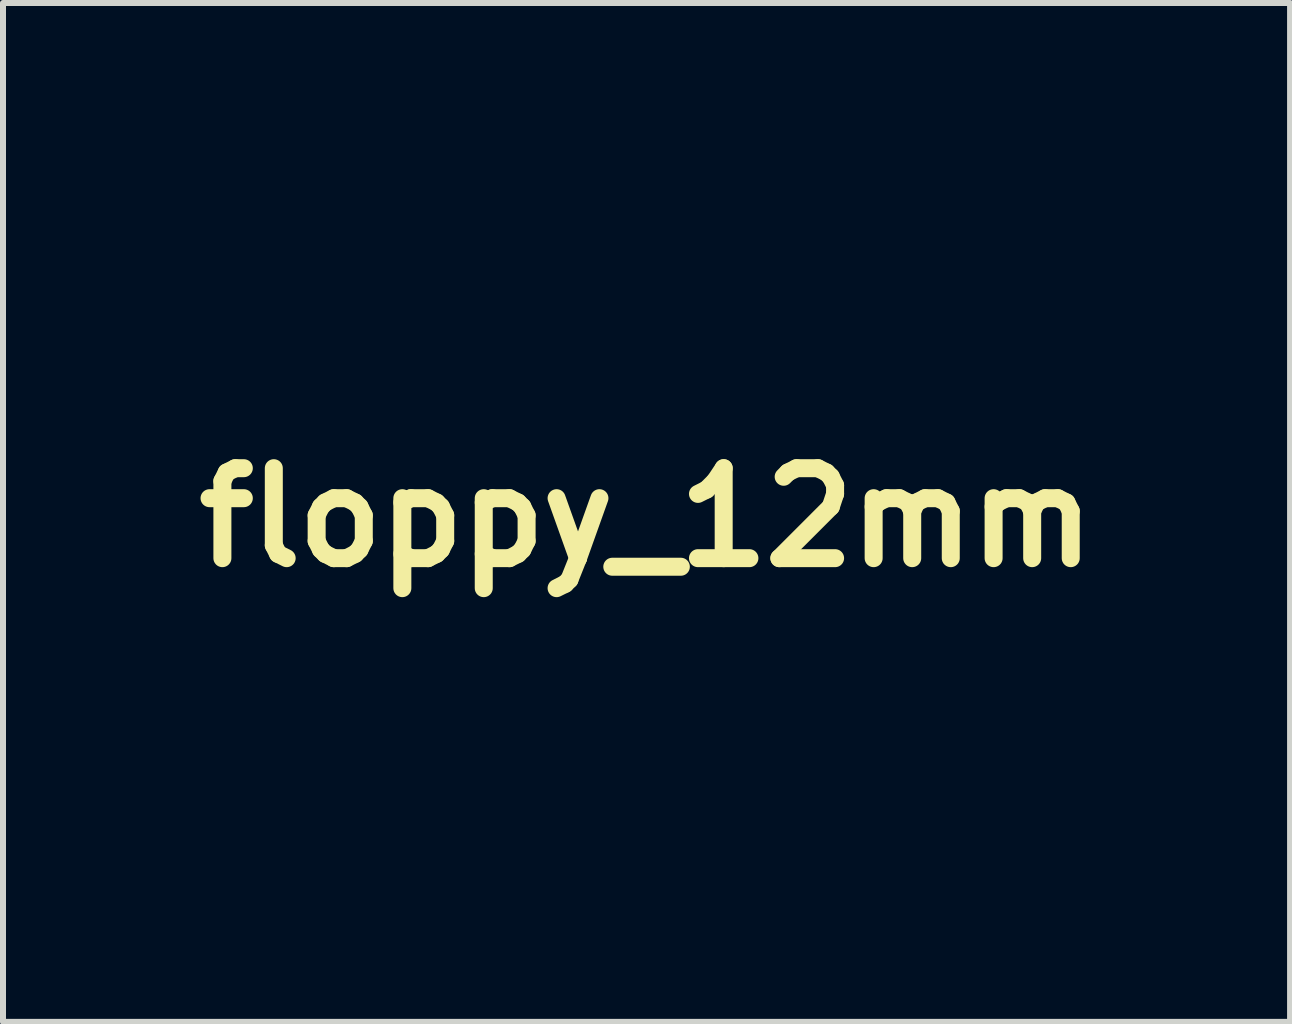
<source format=kicad_pcb>
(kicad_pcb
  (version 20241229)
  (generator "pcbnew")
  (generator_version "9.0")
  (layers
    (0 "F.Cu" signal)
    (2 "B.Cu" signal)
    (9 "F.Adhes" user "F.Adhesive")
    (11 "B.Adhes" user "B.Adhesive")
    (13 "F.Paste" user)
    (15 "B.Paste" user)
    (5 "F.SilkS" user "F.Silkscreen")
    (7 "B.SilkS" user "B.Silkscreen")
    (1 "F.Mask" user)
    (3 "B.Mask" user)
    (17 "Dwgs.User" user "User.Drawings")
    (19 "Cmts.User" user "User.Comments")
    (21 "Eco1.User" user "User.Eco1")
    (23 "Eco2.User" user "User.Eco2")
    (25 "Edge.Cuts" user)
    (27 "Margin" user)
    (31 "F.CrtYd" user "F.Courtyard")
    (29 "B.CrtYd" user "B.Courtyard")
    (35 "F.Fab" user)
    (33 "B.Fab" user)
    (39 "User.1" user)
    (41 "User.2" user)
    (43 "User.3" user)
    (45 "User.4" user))
  (footprint "floppy_12mm"
    (layer "F.Cu")
    (at 7.729 5.577)
    (property "Reference" "floppy_12mm" (at 0 0 0) (layer "F.SilkS") (effects (font (size 1.5 1.5) (thickness 0.3))))
    (attr board_only exclude_from_pos_files exclude_from_bom)
    (fp_poly (pts (xy -5.046 -5.466) (xy -5.053 -5.459) (xy -5.06 -5.466) (xy -5.053 -5.473)) (stroke (width 0) (type solid)) (fill yes) (layer "F.Mask"))
    (fp_poly (pts (xy -4.932 2.701) (xy -4.939 2.708) (xy -4.946 2.701) (xy -4.939 2.694)) (stroke (width 0) (type solid)) (fill yes) (layer "F.Mask"))
    (fp_poly (pts (xy -5.578 -0.973) (xy -5.576 -0.944) (xy -5.578 -0.937) (xy -5.583 -0.935) (xy -5.585 -0.955) (xy -5.583 -0.975)) (stroke (width 0) (type solid)) (fill yes) (layer "F.Mask"))
    (fp_poly (pts (xy -5.521 -1.271) (xy -5.519 -1.249) (xy -5.522 -1.244) (xy -5.528 -1.248) (xy -5.529 -1.263) (xy -5.526 -1.278)) (stroke (width 0) (type solid)) (fill yes) (layer "F.Mask"))
    (fp_poly (pts (xy -5.507 -1.343) (xy -5.505 -1.314) (xy -5.507 -1.308) (xy -5.512 -1.306) (xy -5.514 -1.326) (xy -5.512 -1.346)) (stroke (width 0) (type solid)) (fill yes) (layer "F.Mask"))
    (fp_poly (pts (xy -5.022 2.528) (xy -5.02 2.545) (xy -5.022 2.547) (xy -5.031 2.545) (xy -5.032 2.537) (xy -5.026 2.525)) (stroke (width 0) (type solid)) (fill yes) (layer "F.Mask"))
    (fp_poly (pts (xy 5.996 -1.763) (xy 5.998 -1.746) (xy 5.996 -1.744) (xy 5.988 -1.746) (xy 5.987 -1.753) (xy 5.992 -1.765)) (stroke (width 0) (type solid)) (fill yes) (layer "F.Mask"))
    (fp_poly (pts (xy -5.114 2.349) (xy -5.103 2.366) (xy -5.094 2.388) (xy -5.095 2.395) (xy -5.106 2.384) (xy -5.117 2.366) (xy -5.126 2.344) (xy -5.125 2.338)) (stroke (width 0) (type solid)) (fill yes) (layer "F.Mask"))
    (fp_poly (pts (xy -5.531 -1.214) (xy -5.531 -1.189) (xy -5.536 -1.151) (xy -5.545 -1.126) (xy -5.554 -1.12) (xy -5.554 -1.139) (xy -5.55 -1.162) (xy -5.542 -1.205) (xy -5.535 -1.223)) (stroke (width 0) (type solid)) (fill yes) (layer "F.Mask"))
    (fp_poly (pts (xy -5.077 2.423) (xy -5.065 2.442) (xy -5.052 2.472) (xy -5.049 2.488) (xy -5.049 2.489) (xy -5.059 2.482) (xy -5.072 2.458) (xy -5.085 2.425) (xy -5.087 2.412)) (stroke (width 0) (type solid)) (fill yes) (layer "F.Mask"))
    (fp_poly (pts (xy -5.551 -1.085) (xy -5.553 -1.056) (xy -5.554 -1.052) (xy -5.563 -1.012) (xy -5.569 -1.001) (xy -5.573 -1.017) (xy -5.573 -1.037) (xy -5.569 -1.071) (xy -5.559 -1.09) (xy -5.559 -1.09)) (stroke (width 0) (type solid)) (fill yes) (layer "F.Mask"))
    (fp_poly (pts (xy -5.587 -0.895) (xy -5.591 -0.85) (xy -5.593 -0.834) (xy -5.617 -0.56) (xy -5.631 -0.284) (xy -5.634 -0.012) (xy -5.627 0.25) (xy -5.61 0.496) (xy -5.586 0.691) (xy -5.554 0.896) (xy -5.519 1.086) (xy -5.483 1.258) (xy -5.446 1.407) (xy -5.425 1.482) (xy -5.411 1.529) (xy -5.393 1.59) (xy -5.374 1.652) (xy -5.374 1.653) (xy -5.355 1.711) (xy -5.329 1.786) (xy -5.299 1.873) (xy -5.265 1.964) (xy -5.232 2.053) (xy -5.201 2.134) (xy -5.174 2.199) (xy -5.158 2.236) (xy -5.143 2.275) (xy -5.136 2.306) (xy -5.136 2.314) (xy -5.145 2.316) (xy -5.153 2.302) (xy -5.162 2.279) (xy -5.18 2.235) (xy -5.205 2.177) (xy -5.234 2.108) (xy -5.245 2.081) (xy -5.344 1.831) (xy -5.428 1.576) (xy -5.5 1.311) (xy -5.561 1.031) (xy -5.613 0.73) (xy -5.626 0.641) (xy -5.635 0.556) (xy -5.642 0.447) (xy -5.648 0.32) (xy -5.651 0.18) (xy -5.653 0.032) (xy -5.653 -0.118) (xy -5.651 -0.265) (xy -5.647 -0.405) (xy -5.641 -0.531) (xy -5.633 -0.639) (xy -5.625 -0.713) (xy -5.614 -0.786) (xy -5.605 -0.846) (xy -5.597 -0.888) (xy -5.591 -0.912) (xy -5.587 -0.915)) (stroke (width 0) (type solid)) (fill yes) (layer "F.Mask"))
    (fp_poly (pts (xy 0.003 -5.576) (xy 0.123 -5.575) (xy 0.241 -5.573) (xy 0.354 -5.569) (xy 0.457 -5.565) (xy 0.546 -5.56) (xy 0.619 -5.553) (xy 0.671 -5.546) (xy 0.698 -5.538) (xy 0.716 -5.533) (xy 0.756 -5.526) (xy 0.812 -5.518) (xy 0.878 -5.509) (xy 0.948 -5.5) (xy 1.015 -5.491) (xy 1.074 -5.485) (xy 1.118 -5.481) (xy 1.122 -5.48) (xy 1.16 -5.475) (xy 1.186 -5.464) (xy 1.213 -5.453) (xy 1.247 -5.447) (xy 1.292 -5.44) (xy 1.326 -5.431) (xy 1.359 -5.421) (xy 1.408 -5.41) (xy 1.446 -5.403) (xy 1.492 -5.393) (xy 1.526 -5.383) (xy 1.539 -5.377) (xy 1.557 -5.367) (xy 1.597 -5.353) (xy 1.65 -5.338) (xy 1.71 -5.324) (xy 1.753 -5.316) (xy 1.825 -5.302) (xy 1.872 -5.29) (xy 1.897 -5.278) (xy 1.904 -5.272) (xy 1.922 -5.264) (xy 1.956 -5.26) (xy 1.962 -5.26) (xy 2 -5.255) (xy 2.018 -5.238) (xy 2.019 -5.233) (xy 2.031 -5.215) (xy 2.06 -5.204) (xy 2.103 -5.197) (xy 2.162 -5.185) (xy 2.227 -5.165) (xy 2.258 -5.153) (xy 2.303 -5.133) (xy 2.339 -5.12) (xy 2.355 -5.116) (xy 2.377 -5.108) (xy 2.412 -5.089) (xy 2.437 -5.074) (xy 2.477 -5.05) (xy 2.534 -5.019) (xy 2.599 -4.984) (xy 2.644 -4.961) (xy 2.723 -4.92) (xy 2.786 -4.887) (xy 2.841 -4.855) (xy 2.898 -4.82) (xy 2.958 -4.783) (xy 3.012 -4.748) (xy 3.073 -4.71) (xy 3.107 -4.689) (xy 3.159 -4.655) (xy 3.21 -4.619) (xy 3.237 -4.598) (xy 3.288 -4.554) (xy 3.326 -4.525) (xy 3.356 -4.504) (xy 3.386 -4.487) (xy 3.404 -4.477) (xy 3.441 -4.453) (xy 3.464 -4.427) (xy 3.468 -4.419) (xy 3.486 -4.392) (xy 3.509 -4.378) (xy 3.536 -4.362) (xy 3.578 -4.333) (xy 3.628 -4.296) (xy 3.679 -4.255) (xy 3.725 -4.216) (xy 3.755 -4.187) (xy 3.784 -4.158) (xy 3.823 -4.122) (xy 3.842 -4.104) (xy 3.885 -4.063) (xy 3.939 -4.008) (xy 4.001 -3.946) (xy 4.064 -3.879) (xy 4.125 -3.815) (xy 4.178 -3.757) (xy 4.218 -3.711) (xy 4.234 -3.693) (xy 4.267 -3.651) (xy 4.298 -3.614) (xy 4.312 -3.599) (xy 4.338 -3.569) (xy 4.375 -3.524) (xy 4.416 -3.472) (xy 4.456 -3.42) (xy 4.489 -3.377) (xy 4.504 -3.356) (xy 4.521 -3.331) (xy 4.55 -3.287) (xy 4.588 -3.231) (xy 4.63 -3.167) (xy 4.674 -3.101) (xy 4.715 -3.038) (xy 4.751 -2.985) (xy 4.777 -2.945) (xy 4.783 -2.936) (xy 4.829 -2.86) (xy 4.885 -2.758) (xy 4.951 -2.631) (xy 5.027 -2.477) (xy 5.111 -2.302) (xy 5.144 -2.227) (xy 5.182 -2.133) (xy 5.222 -2.028) (xy 5.262 -1.918) (xy 5.299 -1.812) (xy 5.33 -1.717) (xy 5.352 -1.639) (xy 5.354 -1.632) (xy 5.37 -1.569) (xy 5.388 -1.501) (xy 5.397 -1.468) (xy 5.42 -1.377) (xy 5.443 -1.274) (xy 5.466 -1.162) (xy 5.487 -1.048) (xy 5.506 -0.936) (xy 5.523 -0.832) (xy 5.535 -0.741) (xy 5.542 -0.667) (xy 5.544 -0.62) (xy 5.547 -0.566) (xy 5.556 -0.511) (xy 5.558 -0.506) (xy 5.562 -0.476) (xy 5.566 -0.424) (xy 5.569 -0.354) (xy 5.572 -0.273) (xy 5.574 -0.187) (xy 5.575 -0.101) (xy 5.575 -0.02) (xy 5.574 0.048) (xy 5.572 0.093) (xy 5.57 0.139) (xy 5.57 0.175) (xy 5.565 0.203) (xy 5.556 0.214) (xy 5.55 0.227) (xy 5.546 0.264) (xy 5.544 0.318) (xy 5.545 0.339) (xy 5.546 0.409) (xy 5.545 0.459) (xy 5.543 0.498) (xy 5.537 0.535) (xy 5.528 0.577) (xy 5.521 0.604) (xy 5.511 0.656) (xy 5.507 0.704) (xy 5.509 0.728) (xy 5.509 0.771) (xy 5.496 0.792) (xy 5.479 0.814) (xy 5.474 0.832) (xy 5.481 0.837) (xy 5.487 0.834) (xy 5.495 0.835) (xy 5.491 0.852) (xy 5.479 0.876) (xy 5.464 0.895) (xy 5.451 0.921) (xy 5.443 0.961) (xy 5.442 0.974) (xy 5.439 1.036) (xy 5.433 1.077) (xy 5.43 1.087) (xy 5.425 1.11) (xy 5.425 1.111) (xy 5.414 1.133) (xy 5.413 1.134) (xy 5.404 1.156) (xy 5.402 1.176) (xy 5.394 1.212) (xy 5.382 1.234) (xy 5.368 1.268) (xy 5.368 1.291) (xy 5.364 1.327) (xy 5.352 1.345) (xy 5.336 1.378) (xy 5.338 1.397) (xy 5.338 1.429) (xy 5.324 1.468) (xy 5.323 1.472) (xy 5.297 1.521) (xy 5.283 1.553) (xy 5.276 1.575) (xy 5.274 1.596) (xy 5.274 1.602) (xy 5.265 1.639) (xy 5.252 1.659) (xy 5.234 1.688) (xy 5.222 1.727) (xy 5.222 1.727) (xy 5.212 1.764) (xy 5.202 1.788) (xy 5.202 1.789) (xy 5.192 1.81) (xy 5.18 1.849) (xy 5.173 1.875) (xy 5.16 1.918) (xy 5.145 1.951) (xy 5.138 1.96) (xy 5.124 1.982) (xy 5.107 2.02) (xy 5.098 2.046) (xy 5.078 2.105) (xy 5.056 2.162) (xy 5.034 2.209) (xy 5.015 2.241) (xy 5.003 2.252) (xy 4.992 2.264) (xy 4.977 2.295) (xy 4.974 2.306) (xy 4.957 2.348) (xy 4.939 2.383) (xy 4.937 2.387) (xy 4.921 2.42) (xy 4.918 2.441) (xy 4.913 2.462) (xy 4.907 2.466) (xy 4.895 2.478) (xy 4.877 2.507) (xy 4.868 2.525) (xy 4.841 2.571) (xy 4.808 2.613) (xy 4.8 2.621) (xy 4.774 2.65) (xy 4.761 2.675) (xy 4.761 2.679) (xy 4.752 2.703) (xy 4.732 2.73) (xy 4.71 2.766) (xy 4.701 2.798) (xy 4.693 2.828) (xy 4.68 2.842) (xy 4.664 2.859) (xy 4.644 2.891) (xy 4.637 2.903) (xy 4.61 2.95) (xy 4.574 2.995) (xy 4.566 3.003) (xy 4.536 3.039) (xy 4.514 3.073) (xy 4.51 3.082) (xy 4.496 3.108) (xy 4.468 3.148) (xy 4.433 3.192) (xy 4.431 3.194) (xy 4.397 3.234) (xy 4.373 3.267) (xy 4.362 3.286) (xy 4.362 3.287) (xy 4.351 3.304) (xy 4.333 3.318) (xy 4.311 3.34) (xy 4.305 3.356) (xy 4.293 3.377) (xy 4.279 3.384) (xy 4.257 3.401) (xy 4.232 3.434) (xy 4.227 3.442) (xy 4.208 3.474) (xy 4.193 3.491) (xy 4.19 3.492) (xy 4.178 3.503) (xy 4.152 3.531) (xy 4.118 3.572) (xy 4.097 3.599) (xy 4.059 3.645) (xy 4.028 3.681) (xy 4.008 3.702) (xy 4.002 3.706) (xy 3.989 3.715) (xy 3.959 3.742) (xy 3.916 3.782) (xy 3.864 3.832) (xy 3.821 3.873) (xy 3.717 3.973) (xy 3.622 4.058) (xy 3.526 4.137) (xy 3.423 4.216) (xy 3.39 4.242) (xy 3.352 4.275) (xy 3.345 4.282) (xy 3.306 4.315) (xy 3.258 4.352) (xy 3.207 4.388) (xy 3.16 4.419) (xy 3.123 4.44) (xy 3.104 4.447) (xy 3.081 4.457) (xy 3.054 4.481) (xy 3.053 4.483) (xy 3.027 4.507) (xy 3.006 4.518) (xy 3.005 4.518) (xy 2.988 4.525) (xy 2.952 4.543) (xy 2.904 4.569) (xy 2.849 4.6) (xy 2.793 4.632) (xy 2.743 4.662) (xy 2.704 4.686) (xy 2.682 4.701) (xy 2.68 4.703) (xy 2.664 4.714) (xy 2.63 4.732) (xy 2.601 4.746) (xy 2.561 4.767) (xy 2.532 4.783) (xy 2.523 4.79) (xy 2.506 4.801) (xy 2.474 4.818) (xy 2.459 4.824) (xy 2.411 4.846) (xy 2.355 4.871) (xy 2.329 4.884) (xy 2.286 4.902) (xy 2.253 4.915) (xy 2.241 4.918) (xy 2.219 4.927) (xy 2.206 4.937) (xy 2.184 4.951) (xy 2.143 4.969) (xy 2.09 4.989) (xy 2.073 4.995) (xy 2.011 5.017) (xy 1.951 5.04) (xy 1.905 5.059) (xy 1.899 5.061) (xy 1.856 5.078) (xy 1.817 5.088) (xy 1.807 5.089) (xy 1.773 5.096) (xy 1.734 5.115) (xy 1.732 5.117) (xy 1.695 5.136) (xy 1.663 5.146) (xy 1.661 5.146) (xy 1.626 5.151) (xy 1.575 5.166) (xy 1.517 5.186) (xy 1.462 5.209) (xy 1.461 5.209) (xy 1.418 5.224) (xy 1.367 5.235) (xy 1.357 5.236) (xy 1.314 5.244) (xy 1.281 5.256) (xy 1.275 5.26) (xy 1.244 5.271) (xy 1.202 5.269) (xy 1.137 5.271) (xy 1.099 5.283) (xy 1.051 5.298) (xy 0.995 5.309) (xy 0.984 5.31) (xy 0.939 5.314) (xy 0.877 5.323) (xy 0.812 5.334) (xy 0.798 5.336) (xy 0.722 5.347) (xy 0.636 5.356) (xy 0.556 5.361) (xy 0.549 5.362) (xy 0.491 5.365) (xy 0.444 5.37) (xy 0.416 5.376) (xy 0.411 5.379) (xy 0.393 5.387) (xy 0.356 5.394) (xy 0.326 5.397) (xy 0.263 5.401) (xy 0.197 5.405) (xy 0.175 5.407) (xy 0.132 5.409) (xy 0.103 5.409) (xy 0.095 5.407) (xy 0.08 5.405) (xy 0.041 5.402) (xy -0.017 5.399) (xy -0.088 5.396) (xy -0.144 5.394) (xy -0.236 5.391) (xy -0.331 5.388) (xy -0.419 5.385) (xy -0.491 5.383) (xy -0.513 5.382) (xy -0.578 5.378) (xy -0.636 5.372) (xy -0.679 5.363) (xy -0.691 5.359) (xy -0.747 5.341) (xy -0.814 5.33) (xy -0.887 5.326) (xy -0.927 5.323) (xy -0.951 5.316) (xy -0.955 5.312) (xy -0.966 5.306) (xy -0.983 5.309) (xy -1.012 5.31) (xy -1.055 5.302) (xy -1.079 5.295) (xy -1.127 5.281) (xy -1.169 5.272) (xy -1.183 5.271) (xy -1.211 5.267) (xy -0.67 5.267) (xy -0.663 5.274) (xy -0.656 5.267) (xy -0.663 5.26) (xy -0.67 5.267) (xy -1.211 5.267) (xy -1.217 5.266) (xy -1.235 5.258) (xy -1.258 5.249) (xy -1.298 5.24) (xy -1.328 5.237) (xy -1.384 5.226) (xy -1.437 5.21) (xy -1.041 5.21) (xy -1.033 5.217) (xy -1.033 5.216) (xy -0.114 5.216) (xy -0.104 5.231) (xy -0.1 5.231) (xy -0.086 5.226) (xy -0.086 5.225) (xy -0.088 5.222) (xy 0.048 5.222) (xy 0.049 5.23) (xy 0.057 5.231) (xy 0.069 5.226) (xy 0.067 5.222) (xy 0.05 5.22) (xy 0.048 5.222) (xy -0.088 5.222) (xy -0.096 5.213) (xy -0.1 5.21) (xy -0.113 5.211) (xy -0.114 5.216) (xy -1.033 5.216) (xy -1.026 5.21) (xy -1.033 5.203) (xy -1.041 5.21) (xy -1.437 5.21) (xy -1.438 5.209) (xy -1.457 5.201) (xy -1.501 5.183) (xy -1.526 5.181) (xy 0.798 5.181) (xy 0.805 5.188) (xy 0.812 5.181) (xy 0.805 5.174) (xy 0.798 5.181) (xy -1.526 5.181) (xy -1.536 5.18) (xy -1.539 5.181) (xy -1.562 5.183) (xy -1.568 5.175) (xy -1.58 5.165) (xy -1.583 5.165) (xy -1.321 5.165) (xy -1.319 5.173) (xy -1.311 5.174) (xy -1.3 5.169) (xy -1.302 5.165) (xy -1.319 5.163) (xy -1.321 5.165) (xy -1.583 5.165) (xy -1.6 5.164) (xy -1.626 5.159) (xy -1.632 5.139) (xy -1.633 5.138) (xy 0.955 5.138) (xy 0.962 5.146) (xy 0.969 5.138) (xy 0.962 5.131) (xy 0.955 5.138) (xy -1.633 5.138) (xy -1.644 5.116) (xy -1.511 5.116) (xy -1.501 5.131) (xy -1.497 5.131) (xy -1.483 5.126) (xy -1.482 5.125) (xy -1.483 5.124) (xy -1.069 5.124) (xy -1.062 5.131) (xy -1.055 5.124) (xy -1.062 5.117) (xy -1.069 5.124) (xy -1.483 5.124) (xy -1.492 5.113) (xy -1.497 5.11) (xy -1.51 5.111) (xy -1.511 5.116) (xy -1.644 5.116) (xy -1.645 5.114) (xy -1.67 5.102) (xy -1.697 5.097) (xy -1.702 5.106) (xy -1.7 5.113) (xy -1.699 5.126) (xy -1.713 5.13) (xy -1.747 5.127) (xy -1.762 5.125) (xy -1.804 5.116) (xy -1.834 5.105) (xy -1.841 5.1) (xy -1.858 5.092) (xy -1.864 5.094) (xy -1.884 5.092) (xy -1.894 5.083) (xy -1.9 5.079) (xy -1.378 5.079) (xy -1.376 5.088) (xy -1.368 5.089) (xy -1.357 5.083) (xy -1.359 5.079) (xy -1.376 5.077) (xy -1.378 5.079) (xy -1.9 5.079) (xy -1.92 5.066) (xy -1.922 5.065) (xy -1.82 5.065) (xy -1.818 5.073) (xy -1.81 5.074) (xy -1.798 5.069) (xy -1.801 5.065) (xy -1.818 5.063) (xy -1.82 5.065) (xy -1.922 5.065) (xy -1.95 5.056) (xy -1.957 5.053) (xy -1.725 5.053) (xy -1.718 5.06) (xy -1.554 5.06) (xy -1.549 5.074) (xy -1.547 5.074) (xy -1.535 5.064) (xy -1.532 5.06) (xy -1.533 5.047) (xy -1.539 5.046) (xy -1.553 5.056) (xy -1.554 5.06) (xy -1.718 5.06) (xy -1.71 5.053) (xy -1.718 5.046) (xy -1.725 5.053) (xy -1.957 5.053) (xy -1.986 5.043) (xy -1.993 5.039) (xy -1.867 5.039) (xy -1.86 5.046) (xy -1.853 5.039) (xy -1.86 5.032) (xy -1.867 5.039) (xy -1.993 5.039) (xy -2.029 5.02) (xy -2.043 5.011) (xy -2.044 5.01) (xy -1.782 5.01) (xy -1.775 5.017) (xy -1.767 5.01) (xy -1.775 5.003) (xy -1.782 5.01) (xy -2.044 5.01) (xy -2.072 4.996) (xy -2.01 4.996) (xy -2.003 5.003) (xy -1.996 4.996) (xy -2.003 4.989) (xy -2.01 4.996) (xy -2.072 4.996) (xy -2.094 4.985) (xy -2.151 4.967) (xy -2.164 4.965) (xy -2.228 4.951) (xy -2.282 4.93) (xy -2.311 4.91) (xy -2.067 4.91) (xy -2.06 4.918) (xy -2.053 4.91) (xy -2.06 4.903) (xy -2.067 4.91) (xy -2.311 4.91) (xy -2.319 4.905) (xy -2.326 4.896) (xy -2.266 4.896) (xy -2.259 4.903) (xy -2.252 4.896) (xy -2.181 4.896) (xy -2.174 4.903) (xy -2.167 4.896) (xy -2.174 4.889) (xy -2.181 4.896) (xy -2.252 4.896) (xy -2.259 4.889) (xy -2.266 4.896) (xy -2.326 4.896) (xy -2.328 4.894) (xy -2.345 4.882) (xy 1.853 4.882) (xy 1.86 4.889) (xy 1.867 4.882) (xy 1.86 4.875) (xy 1.853 4.882) (xy -2.345 4.882) (xy -2.35 4.878) (xy -2.37 4.875) (xy -2.401 4.868) (xy -2.402 4.868) (xy -2.323 4.868) (xy -2.316 4.875) (xy -2.309 4.868) (xy -2.316 4.86) (xy -2.323 4.868) (xy -2.402 4.868) (xy -2.443 4.851) (xy -2.466 4.839) (xy -2.514 4.814) (xy -2.534 4.803) (xy -2.395 4.803) (xy -2.389 4.827) (xy -2.38 4.832) (xy -2.369 4.82) (xy -2.366 4.803) (xy -2.372 4.78) (xy -2.373 4.78) (xy 2.143 4.78) (xy 2.145 4.788) (xy 2.152 4.789) (xy 2.164 4.784) (xy 2.162 4.78) (xy 2.145 4.778) (xy 2.143 4.78) (xy -2.373 4.78) (xy -2.38 4.775) (xy -2.392 4.787) (xy -2.395 4.803) (xy -2.534 4.803) (xy -2.56 4.79) (xy -2.575 4.783) (xy -2.607 4.763) (xy -2.627 4.742) (xy -2.627 4.741) (xy -2.631 4.737) (xy -2.433 4.737) (xy -2.431 4.745) (xy -2.423 4.746) (xy -2.411 4.741) (xy -2.414 4.737) (xy -2.431 4.735) (xy -2.433 4.737) (xy -2.631 4.737) (xy -2.646 4.725) (xy -2.68 4.711) (xy -2.69 4.709) (xy -2.736 4.696) (xy -2.777 4.676) (xy -2.779 4.674) (xy -2.815 4.65) (xy -2.866 4.617) (xy -2.923 4.581) (xy -2.967 4.554) (xy -2.99 4.54) (xy -2.908 4.54) (xy -2.901 4.547) (xy -2.893 4.54) (xy -2.901 4.533) (xy -2.908 4.54) (xy -2.99 4.54) (xy -3.01 4.527) (xy -3.067 4.488) (xy -3.094 4.469) (xy -2.902 4.469) (xy -2.901 4.476) (xy -2.885 4.488) (xy -2.869 4.49) (xy -2.865 4.484) (xy -2.876 4.475) (xy -2.887 4.47) (xy -2.902 4.469) (xy -3.094 4.469) (xy -3.116 4.454) (xy -2.637 4.454) (xy -2.63 4.461) (xy -2.623 4.454) (xy -2.63 4.447) (xy -2.637 4.454) (xy -3.116 4.454) (xy -3.133 4.442) (xy -3.198 4.396) (xy -3.255 4.354) (xy -3.298 4.321) (xy -3.3 4.32) (xy -3.35 4.281) (xy -3.404 4.243) (xy -3.435 4.223) (xy -3.482 4.19) (xy -3.527 4.154) (xy -3.542 4.14) (xy -3.572 4.112) (xy -3.492 4.112) (xy -3.485 4.119) (xy -3.478 4.112) (xy -3.485 4.105) (xy -3.492 4.112) (xy -3.572 4.112) (xy -3.581 4.104) (xy -3.628 4.066) (xy -3.642 4.055) (xy -3.667 4.034) (xy -3.707 3.998) (xy -3.758 3.949) (xy -3.817 3.892) (xy -3.88 3.829) (xy -3.946 3.764) (xy -4.009 3.699) (xy -4.068 3.639) (xy -4.119 3.586) (xy -4.158 3.543) (xy -4.183 3.515) (xy -4.191 3.503) (xy -4.2 3.489) (xy -4.225 3.458) (xy -4.262 3.417) (xy -4.294 3.384) (xy -4.34 3.334) (xy -4.379 3.287) (xy -4.407 3.248) (xy -4.416 3.231) (xy -4.435 3.193) (xy -4.455 3.165) (xy -4.455 3.164) (xy -4.489 3.125) (xy -4.53 3.072) (xy -4.574 3.011) (xy -4.62 2.946) (xy -4.663 2.883) (xy -4.7 2.826) (xy -4.728 2.779) (xy -4.744 2.747) (xy -4.746 2.738) (xy -4.756 2.723) (xy -4.76 2.722) (xy -4.772 2.711) (xy -4.792 2.68) (xy -4.816 2.636) (xy -4.817 2.633) (xy -4.853 2.564) (xy -4.879 2.517) (xy -4.897 2.49) (xy -4.906 2.48) (xy -4.916 2.462) (xy -4.925 2.434) (xy -4.936 2.405) (xy -4.946 2.395) (xy -4.952 2.387) (xy -4.632 2.387) (xy -4.625 2.395) (xy -4.618 2.387) (xy -4.625 2.38) (xy -4.632 2.387) (xy -4.952 2.387) (xy -4.957 2.383) (xy -4.974 2.352) (xy -4.988 2.323) (xy -5.012 2.273) (xy -5.045 2.213) (xy -5.075 2.163) (xy -5.102 2.118) (xy -5.12 2.08) (xy -5.125 2.057) (xy -5.125 2.056) (xy -5.125 2.044) (xy -5.131 2.045) (xy -5.144 2.042) (xy -5.148 2.028) (xy -5.151 1.998) (xy -5.153 1.988) (xy -5.158 1.961) (xy -5.158 1.956) (xy -5.171 1.941) (xy -5.183 1.938) (xy -5.199 1.93) (xy -5.199 1.903) (xy -5.198 1.88) (xy -5.203 1.875) (xy -5.214 1.868) (xy -5.223 1.844) (xy -5.235 1.807) (xy -5.253 1.761) (xy -5.259 1.748) (xy -5.274 1.709) (xy -5.295 1.65) (xy -5.319 1.579) (xy -5.344 1.501) (xy -5.368 1.424) (xy -5.389 1.355) (xy -5.404 1.3) (xy -5.411 1.272) (xy -5.421 1.238) (xy -5.432 1.218) (xy -5.432 1.218) (xy -5.441 1.199) (xy -5.445 1.169) (xy -5.449 1.137) (xy -5.457 1.12) (xy -5.466 1.103) (xy -5.474 1.066) (xy -5.475 1.062) (xy 5.402 1.062) (xy 5.409 1.069) (xy 5.416 1.062) (xy 5.409 1.055) (xy 5.402 1.062) (xy -5.475 1.062) (xy -5.478 1.037) (xy -5.489 0.948) (xy -5.499 0.882) (xy -5.507 0.836) (xy -5.512 0.812) (xy -5.517 0.787) (xy -5.523 0.752) (xy -5.529 0.704) (xy -5.537 0.64) (xy -5.547 0.557) (xy -5.559 0.452) (xy -5.571 0.335) (xy -5.575 0.285) (xy -5.577 0.221) (xy -4.59 0.221) (xy -4.583 0.228) (xy -4.575 0.221) (xy -4.583 0.214) (xy -4.59 0.221) (xy -5.577 0.221) (xy -5.577 0.215) (xy -5.578 0.132) (xy -5.578 0.043) (xy -5.578 0.014) (xy -4.59 0.014) (xy -4.584 0.026) (xy -4.58 0.024) (xy -4.578 0.007) (xy -4.58 0.005) (xy -4.589 0.007) (xy -4.59 0.014) (xy -5.578 0.014) (xy -5.577 0) (xy -5.576 -0.087) (xy -5.575 -0.171) (xy -5.574 -0.244) (xy -5.573 -0.301) (xy -5.573 -0.321) (xy -5.572 -0.381) (xy -5.567 -0.453) (xy -5.561 -0.531) (xy -5.552 -0.61) (xy -5.543 -0.684) (xy -5.534 -0.747) (xy -5.525 -0.794) (xy -5.517 -0.818) (xy -5.516 -0.819) (xy -5.505 -0.85) (xy -5.506 -0.871) (xy -5.508 -0.909) (xy -5.502 -0.933) (xy -5.493 -0.966) (xy -5.485 -1.013) (xy -5.482 -1.035) (xy -5.465 -1.153) (xy -5.454 -1.219) (xy -5.443 -1.24) (xy -5.434 -1.244) (xy -5.425 -1.252) (xy -5.426 -1.266) (xy -5.425 -1.294) (xy -5.416 -1.336) (xy -5.409 -1.355) (xy -5.393 -1.408) (xy -5.379 -1.47) (xy -5.374 -1.497) (xy -5.364 -1.557) (xy -5.356 -1.597) (xy -5.348 -1.622) (xy -5.337 -1.641) (xy -5.334 -1.644) (xy -4.585 -1.644) (xy -4.584 -1.56) (xy -4.581 -1.459) (xy -4.577 -1.338) (xy -4.571 -1.195) (xy -4.563 -1.027) (xy -4.561 -0.976) (xy -4.551 -0.747) (xy -4.54 -0.496) (xy -4.528 -0.228) (xy -4.516 0.051) (xy -4.504 0.333) (xy -4.504 0.335) (xy -4.499 0.445) (xy -4.494 0.532) (xy -4.489 0.598) (xy -4.483 0.65) (xy -4.476 0.69) (xy -4.467 0.724) (xy -4.459 0.746) (xy -4.413 0.834) (xy -4.347 0.911) (xy -4.266 0.973) (xy -4.177 1.013) (xy -4.119 1.026) (xy -4.096 1.028) (xy -4.069 1.03) (xy -4.035 1.031) (xy -3.991 1.031) (xy -3.934 1.029) (xy -3.862 1.027) (xy -3.771 1.024) (xy -3.659 1.02) (xy -3.523 1.014) (xy -3.464 1.012) (xy -3.354 1.007) (xy -3.241 1.002) (xy -3.131 0.998) (xy -3.033 0.994) (xy -2.953 0.991) (xy -2.936 0.99) (xy -2.859 0.986) (xy -2.787 0.983) (xy -2.727 0.979) (xy -2.686 0.975) (xy -2.683 0.975) (xy -2.645 0.971) (xy -2.619 0.968) (xy -2.616 0.968) (xy -2.598 0.962) (xy -2.562 0.945) (xy -2.517 0.921) (xy -2.47 0.894) (xy -2.427 0.868) (xy -2.395 0.847) (xy -2.386 0.839) (xy -2.363 0.811) (xy -2.336 0.768) (xy -2.319 0.737) (xy -2.299 0.692) (xy -2.283 0.645) (xy -2.272 0.603) (xy -2.267 0.572) (xy -2.271 0.559) (xy -2.275 0.56) (xy -2.281 0.55) (xy -2.286 0.518) (xy -2.289 0.469) (xy -2.289 0.444) (xy -2.29 0.378) (xy -2.291 0.361) (xy -1.078 0.361) (xy -1.075 0.39) (xy -1.07 0.416) (xy -1.048 0.504) (xy -1.019 0.574) (xy -0.978 0.635) (xy -0.954 0.662) (xy -0.903 0.71) (xy -0.844 0.747) (xy -0.77 0.778) (xy -0.677 0.805) (xy -0.637 0.814) (xy -0.566 0.83) (xy -0.479 0.849) (xy -0.391 0.868) (xy -0.342 0.879) (xy -0.256 0.898) (xy -0.157 0.921) (xy -0.06 0.943) (xy -0.007 0.955) (xy 0.089 0.978) (xy 0.162 0.994) (xy 0.218 1.004) (xy 0.262 1.009) (xy 0.298 1.01) (xy 0.333 1.006) (xy 0.371 0.999) (xy 0.384 0.997) (xy 0.453 0.972) (xy 0.528 0.928) (xy 0.54 0.919) (xy 0.6 0.866) (xy 0.649 0.803) (xy 0.687 0.725) (xy 0.719 0.627) (xy 0.742 0.523) (xy 0.755 0.456) (xy 0.769 0.396) (xy 0.78 0.35) (xy 0.786 0.331) (xy 0.803 0.28) (xy 0.819 0.219) (xy 0.832 0.157) (xy 0.84 0.108) (xy 0.84 0.094) (xy 0.844 0.065) (xy 0.853 0.015) (xy 0.867 -0.049) (xy 0.884 -0.121) (xy 0.887 -0.131) (xy 0.905 -0.207) (xy 0.917 -0.262) (xy 0.923 -0.304) (xy 0.924 -0.34) (xy 0.921 -0.376) (xy 0.915 -0.418) (xy 0.891 -0.517) (xy 0.855 -0.598) (xy 0.802 -0.671) (xy 0.781 -0.694) (xy 0.738 -0.732) (xy 0.687 -0.764) (xy 0.625 -0.791) (xy 0.545 -0.816) (xy 0.442 -0.841) (xy 0.413 -0.848) (xy 0.336 -0.865) (xy 0.257 -0.884) (xy 0.187 -0.902) (xy 0.15 -0.913) (xy 0.096 -0.928) (xy 0.048 -0.938) (xy 0.018 -0.942) (xy 0.017 -0.942) (xy -0.01 -0.945) (xy -0.057 -0.953) (xy -0.117 -0.966) (xy -0.168 -0.978) (xy -0.304 -1.005) (xy -0.42 -1.015) (xy -0.52 -1.007) (xy -0.607 -0.98) (xy -0.684 -0.932) (xy -0.755 -0.864) (xy -0.791 -0.82) (xy -0.814 -0.785) (xy -0.834 -0.742) (xy -0.853 -0.685) (xy -0.873 -0.611) (xy -0.895 -0.515) (xy -0.906 -0.462) (xy -0.921 -0.392) (xy -0.935 -0.333) (xy -0.947 -0.289) (xy -0.956 -0.266) (xy -0.957 -0.264) (xy -0.967 -0.24) (xy -0.969 -0.218) (xy -0.972 -0.194) (xy -0.981 -0.147) (xy -0.994 -0.083) (xy -1.01 -0.006) (xy -1.028 0.075) (xy -1.049 0.168) (xy -1.063 0.238) (xy -1.073 0.29) (xy -1.077 0.329) (xy -1.078 0.361) (xy -2.291 0.361) (xy -2.292 0.294) (xy -2.294 0.198) (xy -2.297 0.094) (xy -2.3 -0.014) (xy -2.303 -0.12) (xy -2.306 -0.222) (xy -2.309 -0.313) (xy -2.311 -0.39) (xy -2.314 -0.448) (xy -2.315 -0.483) (xy -2.316 -0.485) (xy -2.317 -0.517) (xy -2.32 -0.574) (xy -2.322 -0.648) (xy -2.325 -0.736) (xy -2.328 -0.832) (xy -2.329 -0.877) (xy -2.332 -0.976) (xy -2.334 -1.018) (xy -0.024 -1.018) (xy -0.021 -1.012) (xy -0.009 -0.998) (xy -0.006 -0.998) (xy -0.005 -1.001) (xy 0.064 -1.001) (xy 0.074 -0.99) (xy 0.106 -0.98) (xy 0.149 -0.973) (xy 0.189 -0.966) (xy 0.217 -0.957) (xy 0.222 -0.953) (xy 0.239 -0.941) (xy 0.254 -0.947) (xy 0.257 -0.955) (xy 0.245 -0.968) (xy 0.237 -0.969) (xy 0.236 -0.969) (xy 0.292 -0.969) (xy 0.295 -0.957) (xy 0.306 -0.955) (xy 0.325 -0.958) (xy 0.328 -0.961) (xy 0.317 -0.975) (xy 0.299 -0.975) (xy 0.292 -0.969) (xy 0.236 -0.969) (xy 0.212 -0.979) (xy 0.2 -0.991) (xy 0.171 -1.006) (xy 0.122 -1.012) (xy 0.117 -1.012) (xy 0.078 -1.009) (xy 0.064 -1.001) (xy -0.005 -1.001) (xy -0.000163 -1.009) (xy 0 -1.012) (xy -0.011 -1.026) (xy -0.015 -1.026) (xy -0.024 -1.018) (xy -2.334 -1.018) (xy -2.334 -1.031) (xy -0.109 -1.031) (xy -0.094 -1.029) (xy -0.082 -1.03) (xy -0.053 -1.035) (xy -0.043 -1.044) (xy -0.053 -1.054) (xy -0.078 -1.051) (xy -0.1 -1.04) (xy -0.109 -1.031) (xy -2.334 -1.031) (xy -2.336 -1.072) (xy -2.339 -1.157) (xy -2.342 -1.227) (xy -2.344 -1.277) (xy -2.345 -1.29) (xy -2.348 -1.326) (xy -2.351 -1.386) (xy -2.355 -1.465) (xy -2.36 -1.56) (xy -2.366 -1.667) (xy -2.371 -1.78) (xy -2.373 -1.821) (xy -2.379 -1.955) (xy -2.386 -2.063) (xy -2.391 -2.148) (xy -2.397 -2.212) (xy -2.403 -2.259) (xy -2.409 -2.29) (xy -2.416 -2.309) (xy -2.431 -2.34) (xy -2.438 -2.358) (xy -2.438 -2.359) (xy -2.437 -2.378) (xy -2.437 -2.379) (xy -2.446 -2.395) (xy -2.467 -2.428) (xy -2.498 -2.469) (xy -2.501 -2.473) (xy -2.544 -2.521) (xy -2.593 -2.563) (xy -2.64 -2.595) (xy -2.681 -2.612) (xy -2.705 -2.612) (xy -2.721 -2.614) (xy -2.722 -2.619) (xy -2.735 -2.625) (xy -2.769 -2.628) (xy -2.804 -2.628) (xy -2.845 -2.626) (xy -2.908 -2.624) (xy -2.987 -2.621) (xy -3.075 -2.619) (xy -3.157 -2.616) (xy -3.336 -2.611) (xy -3.487 -2.605) (xy -3.609 -2.6) (xy -3.703 -2.594) (xy -3.768 -2.589) (xy -3.805 -2.583) (xy -3.813 -2.58) (xy -3.835 -2.572) (xy -3.874 -2.565) (xy -3.892 -2.562) (xy -3.952 -2.548) (xy -4.027 -2.519) (xy -4.109 -2.478) (xy -4.191 -2.429) (xy -4.238 -2.397) (xy -4.302 -2.341) (xy -4.368 -2.267) (xy -4.431 -2.185) (xy -4.483 -2.102) (xy -4.518 -2.029) (xy -4.535 -1.983) (xy -4.549 -1.943) (xy -4.561 -1.904) (xy -4.57 -1.865) (xy -4.577 -1.821) (xy -4.582 -1.772) (xy -4.584 -1.714) (xy -4.585 -1.644) (xy -5.334 -1.644) (xy -5.326 -1.655) (xy -5.309 -1.682) (xy -5.305 -1.7) (xy -5.3 -1.724) (xy -5.286 -1.753) (xy -5.271 -1.786) (xy -5.256 -1.835) (xy -5.244 -1.885) (xy -5.234 -1.933) (xy -5.223 -1.967) (xy -5.215 -1.981) (xy -5.214 -1.981) (xy -5.205 -1.994) (xy -5.196 -2.025) (xy -5.194 -2.039) (xy -5.183 -2.078) (xy -5.169 -2.102) (xy -5.165 -2.105) (xy -5.15 -2.123) (xy -5.145 -2.15) (xy -5.136 -2.189) (xy -5.117 -2.23) (xy -5.116 -2.231) (xy -5.092 -2.272) (xy -5.07 -2.317) (xy -5.053 -2.357) (xy -5.046 -2.381) (xy -5.046 -2.381) (xy -5.038 -2.399) (xy -5.019 -2.431) (xy -5.003 -2.457) (xy -4.98 -2.496) (xy -4.968 -2.528) (xy -4.968 -2.541) (xy -4.964 -2.563) (xy -4.957 -2.573) (xy -3.991 -2.573) (xy -3.984 -2.566) (xy -3.977 -2.573) (xy -3.984 -2.58) (xy -3.991 -2.573) (xy -4.957 -2.573) (xy -4.943 -2.595) (xy -4.932 -2.609) (xy -4.904 -2.644) (xy -3.82 -2.644) (xy -3.813 -2.637) (xy -3.806 -2.644) (xy -3.813 -2.651) (xy -3.82 -2.644) (xy -4.904 -2.644) (xy -4.902 -2.647) (xy -4.882 -2.686) (xy -4.879 -2.696) (xy -4.868 -2.725) (xy -4.853 -2.737) (xy -4.839 -2.749) (xy -4.827 -2.78) (xy -4.825 -2.789) (xy -4.806 -2.839) (xy -4.774 -2.88) (xy -4.747 -2.912) (xy -4.733 -2.941) (xy -4.732 -2.947) (xy -4.722 -2.975) (xy -4.698 -3.006) (xy -4.697 -3.008) (xy -4.672 -3.037) (xy -4.661 -3.062) (xy -4.661 -3.063) (xy -4.652 -3.085) (xy -4.63 -3.121) (xy -4.598 -3.163) (xy -4.597 -3.164) (xy -4.557 -3.214) (xy -4.519 -3.265) (xy -4.495 -3.299) (xy -4.468 -3.338) (xy -4.445 -3.368) (xy -4.438 -3.375) (xy -4.422 -3.398) (xy -4.419 -3.408) (xy -4.41 -3.424) (xy -4.388 -3.455) (xy -4.358 -3.495) (xy -4.324 -3.536) (xy -4.293 -3.574) (xy -4.268 -3.6) (xy -4.259 -3.607) (xy -4.253 -3.626) (xy -4.255 -3.638) (xy -4.252 -3.658) (xy -4.223 -3.674) (xy -4.22 -3.675) (xy -4.19 -3.69) (xy -4.184 -3.708) (xy -4.186 -3.715) (xy -4.188 -3.732) (xy -4.173 -3.731) (xy -4.149 -3.734) (xy -4.12 -3.751) (xy -4.097 -3.774) (xy -4.091 -3.789) (xy -4.081 -3.803) (xy -4.054 -3.832) (xy -4.013 -3.875) (xy -3.962 -3.927) (xy -3.904 -3.985) (xy -3.843 -4.045) (xy -3.782 -4.104) (xy -3.744 -4.141) (xy -3.278 -4.141) (xy -3.271 -4.134) (xy -3.264 -4.141) (xy -3.271 -4.148) (xy -3.278 -4.141) (xy -3.744 -4.141) (xy -3.725 -4.159) (xy -3.674 -4.206) (xy -3.635 -4.241) (xy -3.62 -4.254) (xy -3.595 -4.272) (xy -3.558 -4.296) (xy -3.549 -4.301) (xy -3.511 -4.328) (xy -3.466 -4.367) (xy -3.436 -4.396) (xy -3.401 -4.43) (xy -3.374 -4.454) (xy -3.36 -4.461) (xy -3.344 -4.469) (xy -3.323 -4.486) (xy -3.305 -4.504) (xy -3.298 -4.517) (xy -3.301 -4.519) (xy -3.297 -4.524) (xy -3.274 -4.537) (xy -3.255 -4.546) (xy -3.211 -4.573) (xy -3.176 -4.608) (xy -3.17 -4.617) (xy -3.147 -4.649) (xy -3.13 -4.661) (xy -3.122 -4.649) (xy -3.122 -4.645) (xy -3.115 -4.637) (xy -3.1 -4.647) (xy -3.086 -4.666) (xy -3.086 -4.675) (xy -3.08 -4.681) (xy -3.063 -4.679) (xy -3.031 -4.682) (xy -3.019 -4.694) (xy -3.001 -4.714) (xy -2.992 -4.718) (xy -2.972 -4.726) (xy -2.941 -4.746) (xy -2.93 -4.754) (xy -2.895 -4.776) (xy -2.866 -4.789) (xy -2.861 -4.789) (xy -2.836 -4.801) (xy -2.822 -4.817) (xy -2.8 -4.839) (xy -2.762 -4.858) (xy -2.75 -4.862) (xy -2.711 -4.879) (xy -2.683 -4.899) (xy -2.679 -4.904) (xy -2.656 -4.925) (xy -2.627 -4.938) (xy -2.59 -4.953) (xy -2.548 -4.979) (xy -2.537 -4.987) (xy -2.493 -5.015) (xy -2.445 -5.035) (xy -2.434 -5.037) (xy -2.394 -5.048) (xy -2.366 -5.063) (xy -2.363 -5.065) (xy -2.341 -5.079) (xy -2.3 -5.097) (xy -2.249 -5.116) (xy -2.245 -5.118) (xy -2.196 -5.136) (xy -2.159 -5.152) (xy -2.141 -5.163) (xy -2.14 -5.163) (xy -2.124 -5.171) (xy -2.096 -5.174) (xy -2.059 -5.182) (xy -2.016 -5.202) (xy -2.004 -5.21) (xy -1.967 -5.232) (xy -1.938 -5.244) (xy -1.931 -5.245) (xy -1.901 -5.252) (xy -1.885 -5.259) (xy -1.852 -5.274) (xy -1.805 -5.29) (xy -1.755 -5.306) (xy -1.714 -5.315) (xy -1.699 -5.317) (xy -1.673 -5.324) (xy -1.632 -5.339) (xy -1.604 -5.352) (xy -1.562 -5.369) (xy -1.528 -5.378) (xy -1.516 -5.378) (xy -1.493 -5.378) (xy -1.453 -5.387) (xy -1.405 -5.4) (xy -1.359 -5.415) (xy -1.323 -5.431) (xy -1.322 -5.431) (xy -1.293 -5.44) (xy -1.25 -5.444) (xy -1.23 -5.445) (xy -1.18 -5.449) (xy -1.136 -5.46) (xy -1.124 -5.465) (xy -1.089 -5.477) (xy -1.039 -5.488) (xy -0.996 -5.495) (xy -0.948 -5.502) (xy -0.912 -5.51) (xy -0.898 -5.517) (xy -0.881 -5.522) (xy -0.842 -5.528) (xy -0.788 -5.533) (xy -0.737 -5.536) (xy -0.673 -5.54) (xy -0.62 -5.544) (xy -0.584 -5.548) (xy -0.571 -5.551) (xy -0.544 -5.559) (xy -0.493 -5.565) (xy -0.42 -5.57) (xy -0.33 -5.573) (xy -0.227 -5.576) (xy -0.115 -5.577)) (stroke (width 0) (type solid)) (fill yes) (layer "F.Mask")))
  (gr_rect
    (start -3 -3)
    (end 18.457 13.986)
    (stroke (width 0.1) (type default))
    (fill no)
    (layer "Edge.Cuts")))
</source>
